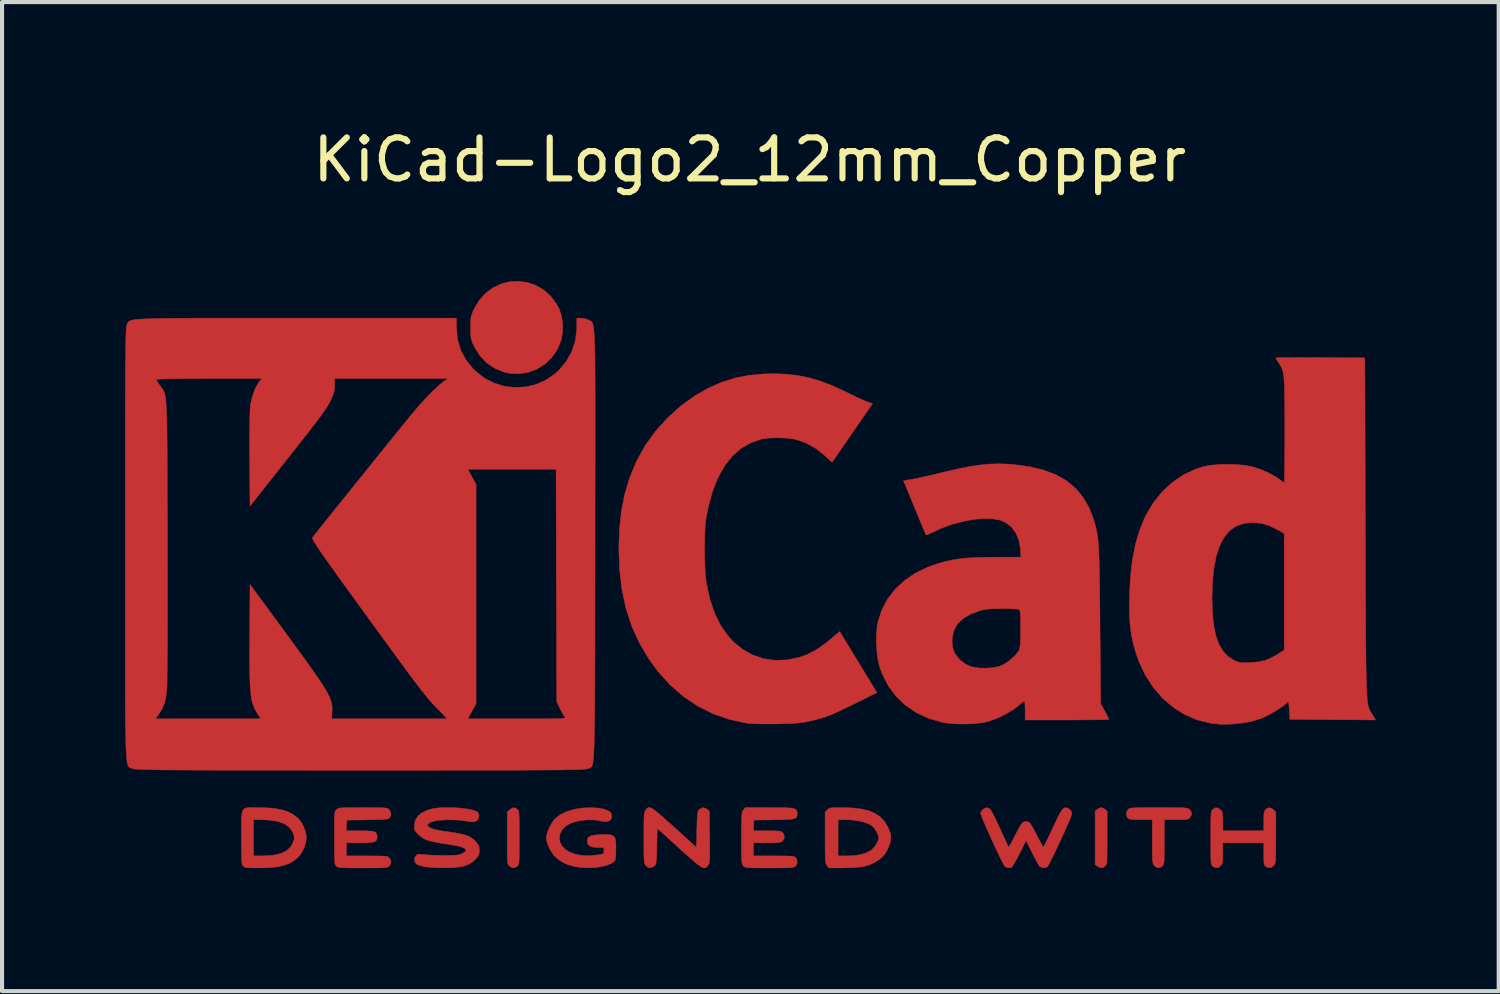
<source format=kicad_pcb>
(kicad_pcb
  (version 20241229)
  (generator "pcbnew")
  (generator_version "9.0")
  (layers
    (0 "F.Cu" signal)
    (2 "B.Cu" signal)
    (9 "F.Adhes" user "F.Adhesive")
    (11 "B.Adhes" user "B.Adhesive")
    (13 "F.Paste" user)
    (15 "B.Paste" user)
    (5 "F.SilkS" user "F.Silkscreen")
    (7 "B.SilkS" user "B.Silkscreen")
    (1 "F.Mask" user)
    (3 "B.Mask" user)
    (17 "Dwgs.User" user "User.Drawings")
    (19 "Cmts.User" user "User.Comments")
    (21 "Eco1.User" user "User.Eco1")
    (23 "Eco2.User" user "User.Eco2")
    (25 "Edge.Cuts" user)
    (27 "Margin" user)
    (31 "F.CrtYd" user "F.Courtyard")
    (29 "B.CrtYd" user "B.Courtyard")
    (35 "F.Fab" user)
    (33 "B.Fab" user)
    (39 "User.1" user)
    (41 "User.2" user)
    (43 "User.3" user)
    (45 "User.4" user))
  (footprint "KiCad-Logo2_12mm_Copper"
    (layer "F.Cu")
    (at 15.245 9.738)
    (property "Reference" "KiCad-Logo2_12mm_Copper" (at 0 -8.89 0) (layer "F.SilkS") (effects (font (size 1 1) (thickness 0.15))))
    (attr exclude_from_pos_files exclude_from_bom allow_missing_courtyard)
    (fp_poly (pts (xy 8.62 6.931) (xy 8.667 6.96) (xy 8.721 7.004) (xy 8.721 7.65) (xy 8.721 7.839) (xy 8.72 7.988) (xy 8.718 8.102) (xy 8.715 8.186) (xy 8.711 8.246) (xy 8.705 8.288) (xy 8.696 8.315) (xy 8.685 8.334) (xy 8.678 8.343) (xy 8.614 8.385) (xy 8.543 8.383) (xy 8.48 8.348) (xy 8.426 8.305) (xy 8.426 7.004) (xy 8.48 6.96) (xy 8.531 6.929) (xy 8.573 6.917) (xy 8.62 6.931)) (stroke (width 0.01) (type solid)) (fill yes) (layer "F.Cu"))
    (fp_poly (pts (xy -5.669 6.962) (xy -5.656 6.978) (xy -5.645 6.997) (xy -5.637 7.027) (xy -5.632 7.071) (xy -5.628 7.135) (xy -5.625 7.225) (xy -5.624 7.346) (xy -5.623 7.502) (xy -5.623 7.654) (xy -5.624 7.843) (xy -5.624 7.991) (xy -5.626 8.105) (xy -5.628 8.189) (xy -5.633 8.248) (xy -5.639 8.289) (xy -5.647 8.316) (xy -5.658 8.334) (xy -5.669 8.346) (xy -5.735 8.385) (xy -5.806 8.382) (xy -5.869 8.339) (xy -5.883 8.322) (xy -5.895 8.302) (xy -5.903 8.275) (xy -5.91 8.234) (xy -5.914 8.174) (xy -5.916 8.089) (xy -5.918 7.975) (xy -5.918 7.826) (xy -5.918 7.657) (xy -5.918 7.028) (xy -5.863 6.973) (xy -5.794 6.926) (xy -5.727 6.924) (xy -5.669 6.962)) (stroke (width 0.01) (type solid)) (fill yes) (layer "F.Cu"))
    (fp_poly (pts (xy -5.423 -5.895) (xy -5.218 -5.824) (xy -5.027 -5.712) (xy -4.856 -5.559) (xy -4.712 -5.366) (xy -4.648 -5.244) (xy -4.592 -5.073) (xy -4.565 -4.876) (xy -4.568 -4.674) (xy -4.601 -4.49) (xy -4.692 -4.266) (xy -4.824 -4.072) (xy -4.991 -3.911) (xy -5.185 -3.787) (xy -5.399 -3.705) (xy -5.628 -3.667) (xy -5.865 -3.679) (xy -5.981 -3.704) (xy -6.208 -3.792) (xy -6.41 -3.927) (xy -6.582 -4.104) (xy -6.718 -4.319) (xy -6.729 -4.343) (xy -6.769 -4.431) (xy -6.794 -4.505) (xy -6.808 -4.583) (xy -6.813 -4.684) (xy -6.814 -4.793) (xy -6.813 -4.925) (xy -6.806 -5.019) (xy -6.79 -5.096) (xy -6.762 -5.173) (xy -6.728 -5.249) (xy -6.599 -5.464) (xy -6.441 -5.638) (xy -6.259 -5.771) (xy -6.06 -5.863) (xy -5.85 -5.915) (xy -5.636 -5.925) (xy -5.423 -5.895)) (stroke (width 0.01) (type solid)) (fill yes) (layer "F.Cu"))
    (fp_poly (pts (xy 10.175 6.917) (xy 10.334 6.918) (xy 10.456 6.92) (xy 10.549 6.922) (xy 10.616 6.926) (xy 10.662 6.932) (xy 10.693 6.94) (xy 10.713 6.949) (xy 10.723 6.957) (xy 10.775 7.022) (xy 10.781 7.09) (xy 10.749 7.152) (xy 10.728 7.176) (xy 10.706 7.193) (xy 10.674 7.204) (xy 10.623 7.209) (xy 10.545 7.211) (xy 10.431 7.212) (xy 10.409 7.212) (xy 10.116 7.212) (xy 10.116 7.756) (xy 10.115 7.928) (xy 10.114 8.06) (xy 10.112 8.158) (xy 10.109 8.228) (xy 10.103 8.277) (xy 10.095 8.308) (xy 10.084 8.33) (xy 10.07 8.346) (xy 10.004 8.386) (xy 9.935 8.383) (xy 9.872 8.337) (xy 9.868 8.331) (xy 9.853 8.31) (xy 9.841 8.285) (xy 9.833 8.251) (xy 9.827 8.2) (xy 9.824 8.128) (xy 9.822 8.028) (xy 9.821 7.894) (xy 9.821 7.742) (xy 9.821 7.212) (xy 9.541 7.212) (xy 9.421 7.211) (xy 9.337 7.208) (xy 9.283 7.201) (xy 9.249 7.19) (xy 9.226 7.173) (xy 9.223 7.17) (xy 9.19 7.104) (xy 9.193 7.028) (xy 9.231 6.962) (xy 9.246 6.95) (xy 9.265 6.94) (xy 9.293 6.932) (xy 9.335 6.926) (xy 9.397 6.922) (xy 9.483 6.919) (xy 9.598 6.918) (xy 9.748 6.917) (xy 9.937 6.917) (xy 9.977 6.917) (xy 10.175 6.917)) (stroke (width 0.01) (type solid)) (fill yes) (layer "F.Cu"))
    (fp_poly (pts (xy 12.718 6.928) (xy 12.781 6.973) (xy 12.837 7.028) (xy 12.837 7.65) (xy 12.837 7.835) (xy 12.836 7.979) (xy 12.835 8.09) (xy 12.832 8.171) (xy 12.827 8.229) (xy 12.82 8.27) (xy 12.811 8.298) (xy 12.799 8.319) (xy 12.79 8.331) (xy 12.728 8.381) (xy 12.657 8.386) (xy 12.593 8.356) (xy 12.571 8.338) (xy 12.557 8.314) (xy 12.548 8.276) (xy 12.544 8.215) (xy 12.542 8.122) (xy 12.542 8.05) (xy 12.542 7.779) (xy 11.544 7.779) (xy 11.544 8.025) (xy 11.543 8.138) (xy 11.539 8.215) (xy 11.53 8.268) (xy 11.515 8.305) (xy 11.497 8.331) (xy 11.435 8.381) (xy 11.365 8.387) (xy 11.298 8.352) (xy 11.279 8.333) (xy 11.266 8.309) (xy 11.258 8.271) (xy 11.253 8.212) (xy 11.25 8.124) (xy 11.249 8) (xy 11.249 7.972) (xy 11.248 7.738) (xy 11.247 7.545) (xy 11.248 7.389) (xy 11.249 7.266) (xy 11.251 7.171) (xy 11.254 7.101) (xy 11.259 7.05) (xy 11.265 7.015) (xy 11.273 6.991) (xy 11.284 6.975) (xy 11.295 6.962) (xy 11.359 6.923) (xy 11.426 6.928) (xy 11.489 6.973) (xy 11.514 7.002) (xy 11.53 7.033) (xy 11.539 7.079) (xy 11.543 7.148) (xy 11.544 7.252) (xy 11.544 7.256) (xy 11.544 7.484) (xy 12.542 7.484) (xy 12.542 7.246) (xy 12.543 7.136) (xy 12.547 7.062) (xy 12.556 7.014) (xy 12.571 6.982) (xy 12.588 6.962) (xy 12.652 6.923) (xy 12.718 6.928)) (stroke (width 0.01) (type solid)) (fill yes) (layer "F.Cu"))
    (fp_poly (pts (xy 2.251 6.918) (xy 2.51 6.926) (xy 2.73 6.953) (xy 2.916 6.999) (xy 3.069 7.066) (xy 3.195 7.155) (xy 3.297 7.269) (xy 3.378 7.408) (xy 3.38 7.412) (xy 3.429 7.537) (xy 3.446 7.647) (xy 3.432 7.758) (xy 3.386 7.885) (xy 3.378 7.905) (xy 3.319 8.018) (xy 3.253 8.105) (xy 3.168 8.179) (xy 3.052 8.253) (xy 3.045 8.257) (xy 2.944 8.306) (xy 2.83 8.342) (xy 2.695 8.367) (xy 2.532 8.383) (xy 2.335 8.389) (xy 2.265 8.39) (xy 1.932 8.391) (xy 1.885 8.331) (xy 1.871 8.312) (xy 1.86 8.289) (xy 1.852 8.257) (xy 1.846 8.211) (xy 1.842 8.145) (xy 1.841 8.096) (xy 2.155 8.096) (xy 2.344 8.096) (xy 2.454 8.093) (xy 2.568 8.085) (xy 2.661 8.073) (xy 2.666 8.072) (xy 2.831 8.027) (xy 2.959 7.961) (xy 3.055 7.869) (xy 3.121 7.749) (xy 3.132 7.717) (xy 3.144 7.667) (xy 3.139 7.618) (xy 3.115 7.553) (xy 3.101 7.521) (xy 3.054 7.435) (xy 2.997 7.375) (xy 2.935 7.334) (xy 2.811 7.28) (xy 2.651 7.24) (xy 2.466 7.218) (xy 2.331 7.213) (xy 2.155 7.212) (xy 2.155 8.096) (xy 1.841 8.096) (xy 1.84 8.054) (xy 1.838 7.932) (xy 1.838 7.774) (xy 1.838 7.65) (xy 1.838 7.028) (xy 1.894 6.973) (xy 1.918 6.95) (xy 1.945 6.935) (xy 1.982 6.925) (xy 2.039 6.92) (xy 2.123 6.918) (xy 2.244 6.918) (xy 2.251 6.918)) (stroke (width 0.01) (type solid)) (fill yes) (layer "F.Cu"))
    (fp_poly (pts (xy -12.092 6.917) (xy -12.013 6.918) (xy -11.781 6.924) (xy -11.586 6.94) (xy -11.422 6.97) (xy -11.283 7.014) (xy -11.162 7.074) (xy -11.052 7.153) (xy -11.013 7.187) (xy -10.948 7.267) (xy -10.889 7.376) (xy -10.844 7.496) (xy -10.819 7.612) (xy -10.817 7.654) (xy -10.833 7.772) (xy -10.876 7.901) (xy -10.939 8.024) (xy -11.013 8.121) (xy -11.025 8.133) (xy -11.126 8.215) (xy -11.238 8.28) (xy -11.366 8.328) (xy -11.516 8.361) (xy -11.695 8.382) (xy -11.91 8.39) (xy -12.008 8.391) (xy -12.133 8.391) (xy -12.221 8.388) (xy -12.28 8.383) (xy -12.319 8.373) (xy -12.345 8.358) (xy -12.359 8.346) (xy -12.372 8.331) (xy -12.383 8.311) (xy -12.39 8.282) (xy -12.396 8.238) (xy -12.4 8.173) (xy -12.402 8.083) (xy -12.404 7.963) (xy -12.404 7.806) (xy -12.404 7.654) (xy -12.405 7.451) (xy -12.405 7.289) (xy -12.403 7.212) (xy -12.109 7.212) (xy -12.109 8.096) (xy -11.922 8.096) (xy -11.81 8.093) (xy -11.692 8.085) (xy -11.593 8.073) (xy -11.59 8.073) (xy -11.431 8.034) (xy -11.308 7.974) (xy -11.214 7.889) (xy -11.155 7.797) (xy -11.118 7.694) (xy -11.121 7.598) (xy -11.163 7.495) (xy -11.247 7.389) (xy -11.362 7.31) (xy -11.513 7.257) (xy -11.613 7.238) (xy -11.727 7.225) (xy -11.848 7.216) (xy -11.95 7.212) (xy -11.956 7.212) (xy -12.109 7.212) (xy -12.403 7.212) (xy -12.402 7.164) (xy -12.393 7.07) (xy -12.377 7.003) (xy -12.35 6.959) (xy -12.311 6.933) (xy -12.256 6.92) (xy -12.184 6.916) (xy -12.092 6.917)) (stroke (width 0.01) (type solid)) (fill yes) (layer "F.Cu"))
    (fp_poly (pts (xy -2.407 6.926) (xy -2.359 6.954) (xy -2.298 6.999) (xy -2.218 7.064) (xy -2.117 7.151) (xy -1.992 7.263) (xy -1.84 7.4) (xy -1.666 7.558) (xy -1.303 7.887) (xy -1.292 7.445) (xy -1.288 7.293) (xy -1.284 7.18) (xy -1.279 7.099) (xy -1.273 7.044) (xy -1.264 7.008) (xy -1.252 6.985) (xy -1.236 6.968) (xy -1.227 6.96) (xy -1.158 6.922) (xy -1.092 6.928) (xy -1.039 6.96) (xy -0.986 7.004) (xy -0.979 7.636) (xy -0.977 7.823) (xy -0.976 7.969) (xy -0.976 8.08) (xy -0.978 8.163) (xy -0.982 8.222) (xy -0.988 8.263) (xy -0.996 8.292) (xy -1.008 8.313) (xy -1.02 8.33) (xy -1.047 8.362) (xy -1.074 8.383) (xy -1.105 8.391) (xy -1.143 8.384) (xy -1.192 8.359) (xy -1.256 8.315) (xy -1.339 8.249) (xy -1.443 8.158) (xy -1.574 8.042) (xy -1.723 7.908) (xy -2.256 7.424) (xy -2.267 7.864) (xy -2.271 8.016) (xy -2.275 8.129) (xy -2.28 8.21) (xy -2.286 8.265) (xy -2.295 8.301) (xy -2.307 8.324) (xy -2.323 8.341) (xy -2.332 8.348) (xy -2.406 8.386) (xy -2.476 8.38) (xy -2.537 8.331) (xy -2.551 8.312) (xy -2.562 8.289) (xy -2.571 8.257) (xy -2.576 8.211) (xy -2.58 8.145) (xy -2.583 8.053) (xy -2.584 7.931) (xy -2.584 7.772) (xy -2.584 7.654) (xy -2.584 7.47) (xy -2.584 7.326) (xy -2.582 7.216) (xy -2.579 7.135) (xy -2.574 7.078) (xy -2.568 7.038) (xy -2.558 7.01) (xy -2.546 6.989) (xy -2.537 6.977) (xy -2.515 6.949) (xy -2.494 6.927) (xy -2.471 6.915) (xy -2.443 6.914) (xy -2.407 6.926)) (stroke (width 0.01) (type solid)) (fill yes) (layer "F.Cu"))
    (fp_poly (pts (xy -3.713 6.928) (xy -3.575 6.951) (xy -3.469 6.987) (xy -3.4 7.035) (xy -3.382 7.061) (xy -3.363 7.124) (xy -3.375 7.181) (xy -3.416 7.235) (xy -3.479 7.26) (xy -3.57 7.258) (xy -3.641 7.244) (xy -3.798 7.218) (xy -3.958 7.216) (xy -4.137 7.237) (xy -4.187 7.246) (xy -4.354 7.293) (xy -4.484 7.363) (xy -4.577 7.455) (xy -4.631 7.567) (xy -4.642 7.625) (xy -4.635 7.743) (xy -4.588 7.847) (xy -4.506 7.935) (xy -4.392 8.006) (xy -4.252 8.058) (xy -4.09 8.087) (xy -3.909 8.093) (xy -3.714 8.073) (xy -3.703 8.071) (xy -3.626 8.057) (xy -3.583 8.043) (xy -3.564 8.022) (xy -3.56 7.988) (xy -3.56 7.969) (xy -3.56 7.892) (xy -3.697 7.892) (xy -3.819 7.884) (xy -3.902 7.857) (xy -3.95 7.81) (xy -3.967 7.741) (xy -3.967 7.731) (xy -3.957 7.672) (xy -3.922 7.629) (xy -3.857 7.601) (xy -3.756 7.584) (xy -3.658 7.578) (xy -3.516 7.575) (xy -3.413 7.58) (xy -3.343 7.6) (xy -3.299 7.639) (xy -3.276 7.703) (xy -3.267 7.799) (xy -3.265 7.924) (xy -3.268 8.063) (xy -3.276 8.158) (xy -3.29 8.209) (xy -3.293 8.213) (xy -3.371 8.276) (xy -3.486 8.326) (xy -3.63 8.362) (xy -3.795 8.383) (xy -3.976 8.387) (xy -4.164 8.374) (xy -4.274 8.357) (xy -4.447 8.308) (xy -4.608 8.228) (xy -4.743 8.124) (xy -4.763 8.103) (xy -4.83 8.016) (xy -4.89 7.908) (xy -4.937 7.794) (xy -4.963 7.691) (xy -4.966 7.651) (xy -4.952 7.569) (xy -4.917 7.466) (xy -4.866 7.358) (xy -4.807 7.259) (xy -4.754 7.193) (xy -4.632 7.095) (xy -4.474 7.017) (xy -4.285 6.96) (xy -4.072 6.927) (xy -3.877 6.919) (xy -3.713 6.928)) (stroke (width 0.01) (type solid)) (fill yes) (layer "F.Cu"))
    (fp_poly (pts (xy 0.668 6.918) (xy 0.821 6.919) (xy 0.939 6.924) (xy 1.025 6.931) (xy 1.085 6.944) (xy 1.124 6.961) (xy 1.146 6.986) (xy 1.155 7.017) (xy 1.158 7.058) (xy 1.158 7.062) (xy 1.156 7.108) (xy 1.146 7.143) (xy 1.124 7.169) (xy 1.084 7.188) (xy 1.02 7.201) (xy 0.929 7.209) (xy 0.804 7.214) (xy 0.64 7.216) (xy 0.589 7.217) (xy 0.103 7.223) (xy 0.096 7.354) (xy 0.089 7.484) (xy 0.427 7.484) (xy 0.559 7.485) (xy 0.653 7.487) (xy 0.717 7.491) (xy 0.759 7.499) (xy 0.786 7.511) (xy 0.805 7.529) (xy 0.805 7.529) (xy 0.841 7.596) (xy 0.839 7.669) (xy 0.802 7.731) (xy 0.795 7.738) (xy 0.769 7.754) (xy 0.733 7.766) (xy 0.68 7.773) (xy 0.602 7.777) (xy 0.49 7.779) (xy 0.418 7.779) (xy 0.092 7.779) (xy 0.092 8.096) (xy 0.587 8.096) (xy 0.751 8.097) (xy 0.875 8.098) (xy 0.966 8.1) (xy 1.029 8.105) (xy 1.071 8.111) (xy 1.098 8.121) (xy 1.116 8.133) (xy 1.12 8.138) (xy 1.152 8.201) (xy 1.155 8.273) (xy 1.128 8.336) (xy 1.107 8.356) (xy 1.085 8.367) (xy 1.051 8.376) (xy 1 8.382) (xy 0.926 8.386) (xy 0.823 8.389) (xy 0.687 8.391) (xy 0.513 8.391) (xy 0.473 8.391) (xy 0.295 8.391) (xy 0.157 8.39) (xy 0.053 8.389) (xy -0.022 8.386) (xy -0.074 8.381) (xy -0.109 8.374) (xy -0.131 8.364) (xy -0.148 8.351) (xy -0.157 8.342) (xy -0.171 8.325) (xy -0.181 8.304) (xy -0.189 8.275) (xy -0.195 8.23) (xy -0.199 8.165) (xy -0.201 8.075) (xy -0.203 7.954) (xy -0.203 7.797) (xy -0.203 7.664) (xy -0.203 7.479) (xy -0.202 7.333) (xy -0.201 7.222) (xy -0.198 7.14) (xy -0.193 7.081) (xy -0.187 7.04) (xy -0.178 7.012) (xy -0.166 6.99) (xy -0.156 6.977) (xy -0.109 6.917) (xy 0.474 6.917) (xy 0.668 6.918)) (stroke (width 0.01) (type solid)) (fill yes) (layer "F.Cu"))
    (fp_poly (pts (xy -9.263 6.917) (xy -9.123 6.918) (xy -9.018 6.92) (xy -8.941 6.923) (xy -8.888 6.928) (xy -8.852 6.935) (xy -8.827 6.945) (xy -8.809 6.957) (xy -8.803 6.963) (xy -8.763 7.026) (xy -8.756 7.097) (xy -8.782 7.161) (xy -8.794 7.174) (xy -8.814 7.186) (xy -8.845 7.196) (xy -8.894 7.203) (xy -8.967 7.209) (xy -9.069 7.212) (xy -9.207 7.215) (xy -9.333 7.217) (xy -9.83 7.223) (xy -9.837 7.354) (xy -9.844 7.484) (xy -9.506 7.484) (xy -9.359 7.485) (xy -9.252 7.491) (xy -9.178 7.502) (xy -9.131 7.522) (xy -9.105 7.553) (xy -9.095 7.597) (xy -9.093 7.638) (xy -9.098 7.688) (xy -9.117 7.724) (xy -9.155 7.75) (xy -9.219 7.766) (xy -9.314 7.775) (xy -9.446 7.779) (xy -9.518 7.779) (xy -9.842 7.779) (xy -9.842 8.096) (xy -9.343 8.096) (xy -9.179 8.097) (xy -9.055 8.098) (xy -8.964 8.1) (xy -8.9 8.104) (xy -8.856 8.111) (xy -8.828 8.12) (xy -8.808 8.133) (xy -8.798 8.142) (xy -8.764 8.196) (xy -8.753 8.244) (xy -8.769 8.302) (xy -8.798 8.346) (xy -8.814 8.36) (xy -8.835 8.37) (xy -8.865 8.378) (xy -8.911 8.384) (xy -8.978 8.387) (xy -9.072 8.39) (xy -9.197 8.391) (xy -9.36 8.391) (xy -9.445 8.391) (xy -9.626 8.391) (xy -9.767 8.39) (xy -9.874 8.389) (xy -9.952 8.386) (xy -10.007 8.381) (xy -10.043 8.374) (xy -10.067 8.365) (xy -10.084 8.352) (xy -10.091 8.346) (xy -10.104 8.331) (xy -10.115 8.311) (xy -10.123 8.282) (xy -10.128 8.237) (xy -10.132 8.173) (xy -10.135 8.082) (xy -10.136 7.961) (xy -10.136 7.804) (xy -10.136 7.658) (xy -10.136 7.471) (xy -10.136 7.324) (xy -10.135 7.211) (xy -10.132 7.128) (xy -10.128 7.069) (xy -10.122 7.029) (xy -10.113 7.003) (xy -10.102 6.985) (xy -10.088 6.97) (xy -10.084 6.966) (xy -10.067 6.951) (xy -10.046 6.94) (xy -10.018 6.931) (xy -9.975 6.925) (xy -9.913 6.921) (xy -9.825 6.919) (xy -9.707 6.918) (xy -9.552 6.917) (xy -9.442 6.917) (xy -9.263 6.917)) (stroke (width 0.01) (type solid)) (fill yes) (layer "F.Cu"))
    (fp_poly (pts (xy 7.728 6.921) (xy 7.767 6.935) (xy 7.769 6.936) (xy 7.822 6.977) (xy 7.852 7.019) (xy 7.857 7.038) (xy 7.857 7.064) (xy 7.849 7.102) (xy 7.831 7.155) (xy 7.802 7.228) (xy 7.76 7.326) (xy 7.703 7.454) (xy 7.629 7.616) (xy 7.588 7.705) (xy 7.515 7.863) (xy 7.446 8.009) (xy 7.384 8.136) (xy 7.332 8.24) (xy 7.292 8.316) (xy 7.268 8.357) (xy 7.263 8.363) (xy 7.2 8.388) (xy 7.13 8.385) (xy 7.074 8.354) (xy 7.071 8.352) (xy 7.049 8.318) (xy 7.011 8.251) (xy 6.963 8.161) (xy 6.909 8.056) (xy 6.889 8.017) (xy 6.742 7.723) (xy 6.582 8.043) (xy 6.525 8.153) (xy 6.472 8.249) (xy 6.427 8.323) (xy 6.395 8.368) (xy 6.384 8.377) (xy 6.301 8.39) (xy 6.232 8.363) (xy 6.211 8.334) (xy 6.176 8.27) (xy 6.129 8.178) (xy 6.073 8.063) (xy 6.01 7.931) (xy 5.944 7.79) (xy 5.878 7.645) (xy 5.814 7.502) (xy 5.755 7.369) (xy 5.704 7.25) (xy 5.665 7.153) (xy 5.639 7.084) (xy 5.63 7.048) (xy 5.63 7.047) (xy 5.652 7.002) (xy 5.696 6.957) (xy 5.699 6.955) (xy 5.753 6.924) (xy 5.804 6.924) (xy 5.823 6.93) (xy 5.846 6.943) (xy 5.87 6.967) (xy 5.899 7.009) (xy 5.935 7.074) (xy 5.982 7.165) (xy 6.041 7.29) (xy 6.095 7.405) (xy 6.156 7.538) (xy 6.212 7.658) (xy 6.258 7.758) (xy 6.292 7.832) (xy 6.311 7.874) (xy 6.313 7.881) (xy 6.326 7.87) (xy 6.354 7.825) (xy 6.395 7.753) (xy 6.444 7.659) (xy 6.463 7.62) (xy 6.53 7.49) (xy 6.581 7.394) (xy 6.621 7.329) (xy 6.654 7.289) (xy 6.685 7.267) (xy 6.717 7.258) (xy 6.738 7.257) (xy 6.776 7.261) (xy 6.808 7.274) (xy 6.841 7.304) (xy 6.877 7.355) (xy 6.922 7.433) (xy 6.981 7.545) (xy 7.013 7.608) (xy 7.065 7.709) (xy 7.11 7.792) (xy 7.145 7.852) (xy 7.165 7.88) (xy 7.168 7.881) (xy 7.181 7.859) (xy 7.21 7.801) (xy 7.252 7.715) (xy 7.304 7.605) (xy 7.364 7.478) (xy 7.393 7.415) (xy 7.47 7.253) (xy 7.531 7.127) (xy 7.581 7.036) (xy 7.623 6.973) (xy 7.659 6.936) (xy 7.693 6.92) (xy 7.728 6.921)) (stroke (width 0.01) (type solid)) (fill yes) (layer "F.Cu"))
    (fp_poly (pts (xy -7.211 6.92) (xy -7.061 6.93) (xy -6.921 6.947) (xy -6.8 6.968) (xy -6.706 6.995) (xy -6.646 7.025) (xy -6.637 7.034) (xy -6.605 7.104) (xy -6.615 7.175) (xy -6.664 7.236) (xy -6.667 7.238) (xy -6.696 7.256) (xy -6.726 7.266) (xy -6.768 7.267) (xy -6.833 7.26) (xy -6.931 7.245) (xy -6.939 7.243) (xy -7.085 7.225) (xy -7.243 7.217) (xy -7.401 7.217) (xy -7.548 7.225) (xy -7.674 7.241) (xy -7.767 7.266) (xy -7.773 7.268) (xy -7.841 7.306) (xy -7.865 7.344) (xy -7.846 7.382) (xy -7.787 7.418) (xy -7.688 7.451) (xy -7.551 7.48) (xy -7.46 7.494) (xy -7.271 7.521) (xy -7.121 7.546) (xy -7.002 7.571) (xy -6.91 7.597) (xy -6.837 7.628) (xy -6.778 7.665) (xy -6.725 7.71) (xy -6.682 7.755) (xy -6.631 7.817) (xy -6.607 7.87) (xy -6.599 7.936) (xy -6.599 7.96) (xy -6.604 8.039) (xy -6.628 8.099) (xy -6.668 8.151) (xy -6.75 8.232) (xy -6.842 8.293) (xy -6.95 8.338) (xy -7.081 8.367) (xy -7.242 8.383) (xy -7.439 8.388) (xy -7.472 8.388) (xy -7.603 8.385) (xy -7.734 8.379) (xy -7.849 8.37) (xy -7.935 8.36) (xy -7.942 8.358) (xy -8.027 8.338) (xy -8.099 8.313) (xy -8.14 8.289) (xy -8.178 8.228) (xy -8.181 8.156) (xy -8.148 8.092) (xy -8.141 8.085) (xy -8.111 8.064) (xy -8.073 8.055) (xy -8.014 8.056) (xy -7.942 8.064) (xy -7.863 8.072) (xy -7.751 8.078) (xy -7.621 8.082) (xy -7.485 8.084) (xy -7.449 8.085) (xy -7.313 8.084) (xy -7.213 8.081) (xy -7.141 8.076) (xy -7.088 8.066) (xy -7.045 8.052) (xy -7.019 8.04) (xy -6.963 8.006) (xy -6.927 7.976) (xy -6.922 7.967) (xy -6.933 7.932) (xy -6.985 7.898) (xy -7.076 7.866) (xy -7.202 7.839) (xy -7.238 7.833) (xy -7.431 7.802) (xy -7.585 7.777) (xy -7.706 7.755) (xy -7.799 7.734) (xy -7.872 7.713) (xy -7.93 7.689) (xy -7.978 7.661) (xy -8.023 7.627) (xy -8.071 7.585) (xy -8.087 7.57) (xy -8.143 7.515) (xy -8.173 7.472) (xy -8.184 7.422) (xy -8.186 7.359) (xy -8.165 7.236) (xy -8.103 7.131) (xy -8.001 7.045) (xy -7.857 6.979) (xy -7.755 6.949) (xy -7.644 6.93) (xy -7.511 6.919) (xy -7.364 6.916) (xy -7.211 6.92)) (stroke (width 0.01) (type solid)) (fill yes) (layer "F.Cu"))
    (fp_poly (pts (xy 0.875 -3.659) (xy 1.17 -3.627) (xy 1.455 -3.569) (xy 1.743 -3.483) (xy 2.045 -3.365) (xy 2.372 -3.213) (xy 2.431 -3.184) (xy 2.566 -3.117) (xy 2.694 -3.057) (xy 2.801 -3.009) (xy 2.876 -2.98) (xy 2.887 -2.976) (xy 2.997 -2.943) (xy 2.506 -2.23) (xy 2.386 -2.055) (xy 2.277 -1.896) (xy 2.181 -1.757) (xy 2.103 -1.644) (xy 2.047 -1.562) (xy 2.015 -1.517) (xy 2.01 -1.51) (xy 1.99 -1.525) (xy 1.939 -1.57) (xy 1.867 -1.636) (xy 1.827 -1.674) (xy 1.603 -1.852) (xy 1.351 -1.988) (xy 1.133 -2.062) (xy 1.003 -2.086) (xy 0.84 -2.1) (xy 0.663 -2.105) (xy 0.491 -2.1) (xy 0.345 -2.085) (xy 0.286 -2.074) (xy 0.022 -1.983) (xy -0.216 -1.845) (xy -0.427 -1.659) (xy -0.612 -1.425) (xy -0.771 -1.144) (xy -0.902 -0.817) (xy -1.007 -0.443) (xy -1.069 -0.123) (xy -1.085 0.018) (xy -1.096 0.201) (xy -1.102 0.412) (xy -1.103 0.637) (xy -1.1 0.865) (xy -1.091 1.081) (xy -1.078 1.273) (xy -1.06 1.428) (xy -1.056 1.452) (xy -0.972 1.836) (xy -0.857 2.176) (xy -0.71 2.473) (xy -0.531 2.729) (xy -0.404 2.868) (xy -0.176 3.056) (xy 0.073 3.195) (xy 0.341 3.285) (xy 0.623 3.325) (xy 0.913 3.314) (xy 1.209 3.251) (xy 1.384 3.19) (xy 1.626 3.066) (xy 1.876 2.89) (xy 2.016 2.77) (xy 2.094 2.701) (xy 2.156 2.651) (xy 2.191 2.626) (xy 2.195 2.625) (xy 2.211 2.65) (xy 2.252 2.716) (xy 2.314 2.818) (xy 2.394 2.949) (xy 2.488 3.104) (xy 2.594 3.277) (xy 2.653 3.374) (xy 3.103 4.112) (xy 2.541 4.39) (xy 2.338 4.489) (xy 2.174 4.568) (xy 2.038 4.629) (xy 1.921 4.677) (xy 1.812 4.716) (xy 1.701 4.749) (xy 1.579 4.781) (xy 1.461 4.809) (xy 1.357 4.831) (xy 1.248 4.847) (xy 1.123 4.859) (xy 0.972 4.867) (xy 0.783 4.873) (xy 0.655 4.876) (xy 0.474 4.877) (xy 0.3 4.877) (xy 0.144 4.873) (xy 0.02 4.868) (xy -0.063 4.861) (xy -0.068 4.86) (xy -0.497 4.767) (xy -0.9 4.626) (xy -1.276 4.438) (xy -1.626 4.201) (xy -1.95 3.917) (xy -2.247 3.586) (xy -2.462 3.291) (xy -2.691 2.905) (xy -2.876 2.498) (xy -3.018 2.066) (xy -3.118 1.605) (xy -3.176 1.113) (xy -3.195 0.614) (xy -3.18 0.131) (xy -3.132 -0.315) (xy -3.05 -0.731) (xy -2.932 -1.125) (xy -2.777 -1.503) (xy -2.759 -1.543) (xy -2.555 -1.91) (xy -2.305 -2.259) (xy -2.015 -2.583) (xy -1.693 -2.875) (xy -1.346 -3.127) (xy -1.022 -3.312) (xy -0.695 -3.457) (xy -0.368 -3.562) (xy -0.027 -3.63) (xy 0.34 -3.664) (xy 0.56 -3.669) (xy 0.875 -3.659)) (stroke (width 0.01) (type solid)) (fill yes) (layer "F.Cu"))
    (fp_poly (pts (xy 13.611 -4.064) (xy 13.843 -4.063) (xy 13.922 -4.063) (xy 15.008 -4.056) (xy 15.022 0.109) (xy 15.023 0.674) (xy 15.025 1.187) (xy 15.026 1.65) (xy 15.028 2.067) (xy 15.03 2.44) (xy 15.031 2.772) (xy 15.033 3.064) (xy 15.036 3.321) (xy 15.039 3.544) (xy 15.043 3.737) (xy 15.047 3.901) (xy 15.052 4.04) (xy 15.058 4.157) (xy 15.066 4.253) (xy 15.074 4.331) (xy 15.083 4.395) (xy 15.094 4.447) (xy 15.107 4.489) (xy 15.12 4.524) (xy 15.136 4.555) (xy 15.153 4.585) (xy 15.172 4.615) (xy 15.193 4.649) (xy 15.198 4.657) (xy 15.27 4.78) (xy 14.224 4.773) (xy 13.178 4.766) (xy 13.164 4.536) (xy 13.157 4.426) (xy 13.149 4.362) (xy 13.139 4.337) (xy 13.123 4.342) (xy 13.11 4.356) (xy 13.052 4.41) (xy 12.959 4.478) (xy 12.842 4.553) (xy 12.715 4.627) (xy 12.592 4.692) (xy 12.498 4.735) (xy 12.276 4.805) (xy 12.022 4.854) (xy 11.754 4.881) (xy 11.491 4.885) (xy 11.252 4.862) (xy 11.248 4.861) (xy 10.92 4.779) (xy 10.614 4.648) (xy 10.331 4.471) (xy 10.075 4.251) (xy 9.849 3.99) (xy 9.655 3.692) (xy 9.498 3.36) (xy 9.412 3.114) (xy 9.355 2.907) (xy 9.313 2.708) (xy 9.285 2.503) (xy 9.268 2.28) (xy 9.262 2.027) (xy 9.265 1.821) (xy 11.28 1.821) (xy 11.29 2.167) (xy 11.32 2.464) (xy 11.372 2.717) (xy 11.445 2.926) (xy 11.543 3.094) (xy 11.664 3.225) (xy 11.805 3.317) (xy 11.878 3.352) (xy 11.941 3.373) (xy 12.011 3.382) (xy 12.106 3.383) (xy 12.208 3.379) (xy 12.409 3.362) (xy 12.568 3.327) (xy 12.618 3.309) (xy 12.732 3.258) (xy 12.852 3.194) (xy 12.905 3.161) (xy 13.041 3.072) (xy 13.041 0.233) (xy 12.891 0.143) (xy 12.682 0.041) (xy 12.468 -0.019) (xy 12.257 -0.038) (xy 12.057 -0.016) (xy 11.877 0.046) (xy 11.723 0.149) (xy 11.673 0.198) (xy 11.553 0.359) (xy 11.456 0.554) (xy 11.381 0.787) (xy 11.328 1.06) (xy 11.294 1.377) (xy 11.281 1.742) (xy 11.28 1.821) (xy 9.265 1.821) (xy 9.266 1.735) (xy 9.289 1.285) (xy 9.335 0.88) (xy 9.406 0.512) (xy 9.503 0.177) (xy 9.626 -0.132) (xy 9.67 -0.223) (xy 9.848 -0.522) (xy 10.062 -0.787) (xy 10.308 -1.015) (xy 10.581 -1.201) (xy 10.877 -1.341) (xy 11.053 -1.398) (xy 11.227 -1.433) (xy 11.436 -1.453) (xy 11.663 -1.459) (xy 11.89 -1.452) (xy 12.1 -1.431) (xy 12.268 -1.398) (xy 12.469 -1.333) (xy 12.663 -1.249) (xy 12.833 -1.155) (xy 12.924 -1.091) (xy 12.986 -1.044) (xy 13.03 -1.015) (xy 13.04 -1.011) (xy 13.043 -1.037) (xy 13.046 -1.113) (xy 13.048 -1.232) (xy 13.051 -1.391) (xy 13.052 -1.582) (xy 13.054 -1.801) (xy 13.055 -2.043) (xy 13.055 -2.29) (xy 13.055 -2.606) (xy 13.054 -2.872) (xy 13.052 -3.093) (xy 13.049 -3.276) (xy 13.043 -3.424) (xy 13.036 -3.543) (xy 13.025 -3.638) (xy 13.011 -3.713) (xy 12.993 -3.775) (xy 12.97 -3.828) (xy 12.943 -3.878) (xy 12.911 -3.929) (xy 12.907 -3.935) (xy 12.865 -4.001) (xy 12.84 -4.046) (xy 12.837 -4.056) (xy 12.863 -4.059) (xy 12.938 -4.061) (xy 13.056 -4.063) (xy 13.212 -4.064) (xy 13.399 -4.065) (xy 13.611 -4.064)) (stroke (width 0.01) (type solid)) (fill yes) (layer "F.Cu"))
    (fp_poly (pts (xy 6.301 -1.464) (xy 6.436 -1.453) (xy 6.823 -1.402) (xy 7.166 -1.32) (xy 7.467 -1.206) (xy 7.726 -1.059) (xy 7.946 -0.878) (xy 8.128 -0.662) (xy 8.275 -0.41) (xy 8.382 -0.137) (xy 8.409 -0.049) (xy 8.433 0.032) (xy 8.453 0.113) (xy 8.47 0.196) (xy 8.485 0.288) (xy 8.498 0.391) (xy 8.508 0.511) (xy 8.516 0.651) (xy 8.523 0.817) (xy 8.529 1.012) (xy 8.533 1.242) (xy 8.537 1.509) (xy 8.541 1.82) (xy 8.544 2.178) (xy 8.546 2.458) (xy 8.562 4.384) (xy 8.665 4.569) (xy 8.713 4.658) (xy 8.749 4.727) (xy 8.766 4.764) (xy 8.767 4.767) (xy 8.741 4.77) (xy 8.666 4.772) (xy 8.548 4.775) (xy 8.394 4.777) (xy 8.209 4.778) (xy 7.999 4.779) (xy 7.77 4.78) (xy 7.743 4.78) (xy 6.719 4.78) (xy 6.719 4.547) (xy 6.717 4.443) (xy 6.712 4.362) (xy 6.706 4.319) (xy 6.703 4.315) (xy 6.676 4.332) (xy 6.62 4.376) (xy 6.547 4.437) (xy 6.546 4.439) (xy 6.413 4.537) (xy 6.246 4.636) (xy 6.063 4.726) (xy 5.883 4.796) (xy 5.804 4.82) (xy 5.646 4.851) (xy 5.452 4.871) (xy 5.241 4.879) (xy 5.029 4.875) (xy 4.834 4.86) (xy 4.698 4.838) (xy 4.363 4.74) (xy 4.063 4.6) (xy 3.797 4.42) (xy 3.569 4.202) (xy 3.38 3.947) (xy 3.232 3.658) (xy 3.168 3.482) (xy 3.128 3.312) (xy 3.101 3.107) (xy 3.089 2.886) (xy 3.089 2.854) (xy 4.937 2.854) (xy 4.952 3.018) (xy 5.003 3.154) (xy 5.097 3.28) (xy 5.133 3.317) (xy 5.262 3.417) (xy 5.411 3.481) (xy 5.589 3.512) (xy 5.777 3.515) (xy 5.955 3.5) (xy 6.091 3.47) (xy 6.15 3.448) (xy 6.257 3.387) (xy 6.37 3.303) (xy 6.473 3.207) (xy 6.55 3.116) (xy 6.571 3.082) (xy 6.586 3.035) (xy 6.598 2.96) (xy 6.605 2.851) (xy 6.609 2.699) (xy 6.609 2.554) (xy 6.609 2.386) (xy 6.607 2.264) (xy 6.602 2.181) (xy 6.595 2.128) (xy 6.583 2.099) (xy 6.567 2.084) (xy 6.562 2.082) (xy 6.518 2.074) (xy 6.431 2.069) (xy 6.312 2.064) (xy 6.175 2.063) (xy 6.145 2.063) (xy 5.961 2.066) (xy 5.819 2.074) (xy 5.707 2.09) (xy 5.613 2.113) (xy 5.382 2.201) (xy 5.201 2.308) (xy 5.068 2.437) (xy 4.982 2.59) (xy 4.941 2.768) (xy 4.937 2.854) (xy 3.089 2.854) (xy 3.092 2.67) (xy 3.11 2.476) (xy 3.125 2.397) (xy 3.217 2.106) (xy 3.357 1.838) (xy 3.542 1.596) (xy 3.77 1.382) (xy 4.037 1.199) (xy 4.343 1.05) (xy 4.602 0.96) (xy 4.775 0.912) (xy 4.941 0.875) (xy 5.11 0.848) (xy 5.293 0.828) (xy 5.501 0.816) (xy 5.744 0.809) (xy 5.964 0.807) (xy 6.616 0.806) (xy 6.603 0.61) (xy 6.568 0.397) (xy 6.492 0.215) (xy 6.38 0.066) (xy 6.234 -0.043) (xy 6.106 -0.096) (xy 5.922 -0.13) (xy 5.703 -0.135) (xy 5.46 -0.113) (xy 5.202 -0.065) (xy 4.939 0.006) (xy 4.683 0.098) (xy 4.497 0.183) (xy 4.407 0.226) (xy 4.339 0.257) (xy 4.304 0.268) (xy 4.302 0.268) (xy 4.29 0.242) (xy 4.26 0.171) (xy 4.215 0.064) (xy 4.158 -0.074) (xy 4.091 -0.235) (xy 4.023 -0.4) (xy 3.751 -1.059) (xy 3.944 -1.09) (xy 4.028 -1.106) (xy 4.154 -1.133) (xy 4.312 -1.168) (xy 4.49 -1.209) (xy 4.677 -1.254) (xy 4.752 -1.272) (xy 5.076 -1.347) (xy 5.359 -1.404) (xy 5.613 -1.442) (xy 5.847 -1.464) (xy 6.073 -1.471) (xy 6.301 -1.464)) (stroke (width 0.01) (type solid)) (fill yes) (layer "F.Cu"))
    (fp_poly (pts (xy -11.847 -5.025) (xy -11.321 -5.025) (xy -11.076 -5.025) (xy -7.156 -5.025) (xy -7.156 -4.794) (xy -7.131 -4.513) (xy -7.057 -4.254) (xy -6.932 -4.015) (xy -6.756 -3.794) (xy -6.696 -3.735) (xy -6.482 -3.566) (xy -6.246 -3.443) (xy -5.995 -3.365) (xy -5.735 -3.334) (xy -5.475 -3.347) (xy -5.221 -3.406) (xy -4.98 -3.511) (xy -4.76 -3.661) (xy -4.661 -3.751) (xy -4.476 -3.973) (xy -4.34 -4.216) (xy -4.255 -4.479) (xy -4.222 -4.759) (xy -4.221 -4.786) (xy -4.22 -5.025) (xy -4.115 -5.025) (xy -4.021 -5.013) (xy -3.936 -4.982) (xy -3.931 -4.979) (xy -3.912 -4.969) (xy -3.894 -4.961) (xy -3.878 -4.953) (xy -3.863 -4.943) (xy -3.85 -4.928) (xy -3.838 -4.907) (xy -3.827 -4.876) (xy -3.817 -4.834) (xy -3.809 -4.778) (xy -3.802 -4.707) (xy -3.795 -4.617) (xy -3.79 -4.507) (xy -3.785 -4.374) (xy -3.781 -4.216) (xy -3.778 -4.031) (xy -3.776 -3.817) (xy -3.774 -3.571) (xy -3.773 -3.29) (xy -3.772 -2.974) (xy -3.772 -2.619) (xy -3.772 -2.223) (xy -3.772 -1.784) (xy -3.773 -1.3) (xy -3.774 -0.769) (xy -3.775 -0.187) (xy -3.775 0.446) (xy -3.776 0.524) (xy -3.776 1.161) (xy -3.777 1.747) (xy -3.778 2.282) (xy -3.778 2.769) (xy -3.779 3.211) (xy -3.78 3.609) (xy -3.781 3.967) (xy -3.783 4.285) (xy -3.785 4.568) (xy -3.787 4.815) (xy -3.79 5.031) (xy -3.793 5.217) (xy -3.797 5.376) (xy -3.802 5.509) (xy -3.808 5.62) (xy -3.815 5.709) (xy -3.822 5.781) (xy -3.831 5.836) (xy -3.84 5.877) (xy -3.851 5.906) (xy -3.863 5.926) (xy -3.877 5.939) (xy -3.892 5.948) (xy -3.908 5.953) (xy -3.926 5.958) (xy -3.946 5.965) (xy -3.95 5.968) (xy -3.965 5.973) (xy -3.991 5.977) (xy -4.028 5.981) (xy -4.08 5.985) (xy -4.148 5.988) (xy -4.236 5.991) (xy -4.344 5.994) (xy -4.476 5.996) (xy -4.633 5.999) (xy -4.818 6) (xy -5.033 6.002) (xy -5.28 6.003) (xy -5.561 6.005) (xy -5.878 6.006) (xy -6.234 6.006) (xy -6.631 6.007) (xy -7.071 6.007) (xy -7.556 6.008) (xy -8.088 6.008) (xy -8.67 6.008) (xy -9.303 6.008) (xy -9.509 6.008) (xy -10.156 6.008) (xy -10.752 6.008) (xy -11.297 6.007) (xy -11.794 6.007) (xy -12.245 6.007) (xy -12.653 6.006) (xy -13.02 6.005) (xy -13.347 6.004) (xy -13.638 6.003) (xy -13.894 6.002) (xy -14.117 6) (xy -14.31 5.999) (xy -14.476 5.997) (xy -14.615 5.994) (xy -14.731 5.992) (xy -14.826 5.989) (xy -14.901 5.985) (xy -14.96 5.982) (xy -15.003 5.978) (xy -15.035 5.974) (xy -15.056 5.969) (xy -15.067 5.965) (xy -15.088 5.956) (xy -15.107 5.95) (xy -15.124 5.943) (xy -15.139 5.935) (xy -15.154 5.921) (xy -15.166 5.902) (xy -15.178 5.873) (xy -15.188 5.832) (xy -15.197 5.779) (xy -15.205 5.709) (xy -15.212 5.622) (xy -15.218 5.514) (xy -15.223 5.383) (xy -15.227 5.228) (xy -15.231 5.045) (xy -15.234 4.834) (xy -15.234 4.752) (xy -14.505 4.752) (xy -11.929 4.752) (xy -11.979 4.677) (xy -12.028 4.6) (xy -12.07 4.526) (xy -12.104 4.452) (xy -12.133 4.37) (xy -12.156 4.277) (xy -12.173 4.166) (xy -12.186 4.034) (xy -12.195 3.875) (xy -12.2 3.683) (xy -12.203 3.454) (xy -12.204 3.182) (xy -12.202 2.863) (xy -12.202 2.744) (xy -12.195 1.472) (xy -11.389 2.569) (xy -11.161 2.88) (xy -10.963 3.151) (xy -10.794 3.385) (xy -10.65 3.587) (xy -10.531 3.759) (xy -10.434 3.905) (xy -10.357 4.028) (xy -10.297 4.133) (xy -10.253 4.223) (xy -10.223 4.302) (xy -10.203 4.372) (xy -10.193 4.439) (xy -10.19 4.504) (xy -10.192 4.573) (xy -10.192 4.581) (xy -10.201 4.752) (xy -8.789 4.752) (xy -7.378 4.752) (xy -7.588 4.54) (xy -7.645 4.483) (xy -7.699 4.426) (xy -7.752 4.368) (xy -7.807 4.306) (xy -7.867 4.235) (xy -7.933 4.154) (xy -8.008 4.059) (xy -8.094 3.947) (xy -8.194 3.814) (xy -8.31 3.659) (xy -8.445 3.476) (xy -8.6 3.265) (xy -8.779 3.02) (xy -8.983 2.74) (xy -9.215 2.422) (xy -9.405 2.16) (xy -9.643 1.831) (xy -9.852 1.544) (xy -10.031 1.295) (xy -10.184 1.082) (xy -10.312 0.902) (xy -10.417 0.753) (xy -10.501 0.631) (xy -10.566 0.534) (xy -10.614 0.46) (xy -10.646 0.404) (xy -10.665 0.366) (xy -10.673 0.342) (xy -10.67 0.329) (xy -10.644 0.295) (xy -10.587 0.222) (xy -10.502 0.116) (xy -10.393 -0.02) (xy -10.264 -0.181) (xy -10.118 -0.363) (xy -9.958 -0.562) (xy -9.788 -0.773) (xy -9.612 -0.993) (xy -9.432 -1.216) (xy -9.333 -1.338) (xy -6.882 -1.338) (xy -6.678 -0.97) (xy -6.678 4.384) (xy -6.882 4.752) (xy -5.676 4.752) (xy -5.388 4.752) (xy -5.151 4.752) (xy -4.958 4.751) (xy -4.807 4.749) (xy -4.693 4.747) (xy -4.61 4.744) (xy -4.554 4.739) (xy -4.521 4.733) (xy -4.507 4.725) (xy -4.506 4.715) (xy -4.515 4.704) (xy -4.515 4.704) (xy -4.549 4.654) (xy -4.595 4.573) (xy -4.635 4.492) (xy -4.711 4.329) (xy -4.719 1.495) (xy -4.727 -1.338) (xy -6.882 -1.338) (xy -9.333 -1.338) (xy -9.253 -1.438) (xy -9.078 -1.656) (xy -8.909 -1.864) (xy -8.752 -2.059) (xy -8.609 -2.237) (xy -8.483 -2.392) (xy -8.378 -2.521) (xy -8.298 -2.619) (xy -8.251 -2.677) (xy -8.069 -2.891) (xy -7.893 -3.084) (xy -7.731 -3.25) (xy -7.588 -3.383) (xy -7.486 -3.464) (xy -7.366 -3.551) (xy -10.13 -3.551) (xy -10.129 -3.388) (xy -10.137 -3.269) (xy -10.166 -3.159) (xy -10.211 -3.054) (xy -10.24 -2.995) (xy -10.271 -2.936) (xy -10.308 -2.874) (xy -10.352 -2.805) (xy -10.408 -2.724) (xy -10.476 -2.629) (xy -10.562 -2.514) (xy -10.667 -2.377) (xy -10.794 -2.213) (xy -10.946 -2.019) (xy -11.127 -1.79) (xy -11.338 -1.522) (xy -11.362 -1.492) (xy -12.195 -0.439) (xy -12.203 -1.605) (xy -12.204 -1.955) (xy -12.204 -2.251) (xy -12.202 -2.494) (xy -12.197 -2.686) (xy -12.191 -2.826) (xy -12.183 -2.917) (xy -12.18 -2.935) (xy -12.136 -3.117) (xy -12.078 -3.281) (xy -12.011 -3.413) (xy -11.972 -3.469) (xy -11.903 -3.551) (xy -13.204 -3.551) (xy -13.515 -3.55) (xy -13.774 -3.549) (xy -13.987 -3.548) (xy -14.156 -3.545) (xy -14.286 -3.542) (xy -14.38 -3.538) (xy -14.442 -3.533) (xy -14.476 -3.526) (xy -14.486 -3.518) (xy -14.485 -3.516) (xy -14.458 -3.475) (xy -14.412 -3.409) (xy -14.388 -3.375) (xy -14.363 -3.342) (xy -14.341 -3.312) (xy -14.321 -3.283) (xy -14.304 -3.252) (xy -14.288 -3.215) (xy -14.275 -3.17) (xy -14.263 -3.114) (xy -14.253 -3.043) (xy -14.244 -2.956) (xy -14.237 -2.849) (xy -14.231 -2.719) (xy -14.226 -2.563) (xy -14.222 -2.379) (xy -14.219 -2.162) (xy -14.216 -1.912) (xy -14.215 -1.623) (xy -14.213 -1.295) (xy -14.212 -0.922) (xy -14.211 -0.504) (xy -14.21 -0.036) (xy -14.209 0.393) (xy -14.208 0.872) (xy -14.207 1.329) (xy -14.207 1.761) (xy -14.207 2.166) (xy -14.208 2.539) (xy -14.209 2.879) (xy -14.211 3.182) (xy -14.213 3.446) (xy -14.216 3.668) (xy -14.218 3.844) (xy -14.222 3.971) (xy -14.225 4.048) (xy -14.226 4.056) (xy -14.25 4.242) (xy -14.288 4.391) (xy -14.345 4.521) (xy -14.428 4.649) (xy -14.439 4.663) (xy -14.505 4.752) (xy -15.234 4.752) (xy -15.236 4.59) (xy -15.237 4.313) (xy -15.239 3.999) (xy -15.239 3.648) (xy -15.24 3.255) (xy -15.24 2.82) (xy -15.24 2.339) (xy -15.24 1.811) (xy -15.24 1.234) (xy -15.24 0.604) (xy -15.24 0.479) (xy -15.24 -0.157) (xy -15.24 -0.741) (xy -15.24 -1.274) (xy -15.239 -1.76) (xy -15.239 -2.2) (xy -15.238 -2.597) (xy -15.237 -2.952) (xy -15.236 -3.269) (xy -15.235 -3.549) (xy -15.234 -3.794) (xy -15.232 -4.008) (xy -15.23 -4.191) (xy -15.228 -4.346) (xy -15.226 -4.477) (xy -15.223 -4.583) (xy -15.22 -4.669) (xy -15.216 -4.736) (xy -15.213 -4.787) (xy -15.208 -4.823) (xy -15.204 -4.848) (xy -15.199 -4.862) (xy -15.199 -4.862) (xy -15.188 -4.885) (xy -15.18 -4.905) (xy -15.17 -4.923) (xy -15.157 -4.939) (xy -15.138 -4.953) (xy -15.11 -4.966) (xy -15.071 -4.977) (xy -15.017 -4.987) (xy -14.947 -4.995) (xy -14.858 -5.002) (xy -14.746 -5.008) (xy -14.61 -5.013) (xy -14.447 -5.017) (xy -14.254 -5.02) (xy -14.029 -5.022) (xy -13.768 -5.023) (xy -13.47 -5.025) (xy -13.131 -5.025) (xy -12.75 -5.025) (xy -12.323 -5.026) (xy -11.847 -5.025)) (stroke (width 0.01) (type solid)) (fill yes) (layer "F.Cu")))
  (gr_rect
    (start -3 -3)
    (end 33.52 21.134)
    (stroke (width 0.1) (type default))
    (fill no)
    (layer "Edge.Cuts")))
</source>
